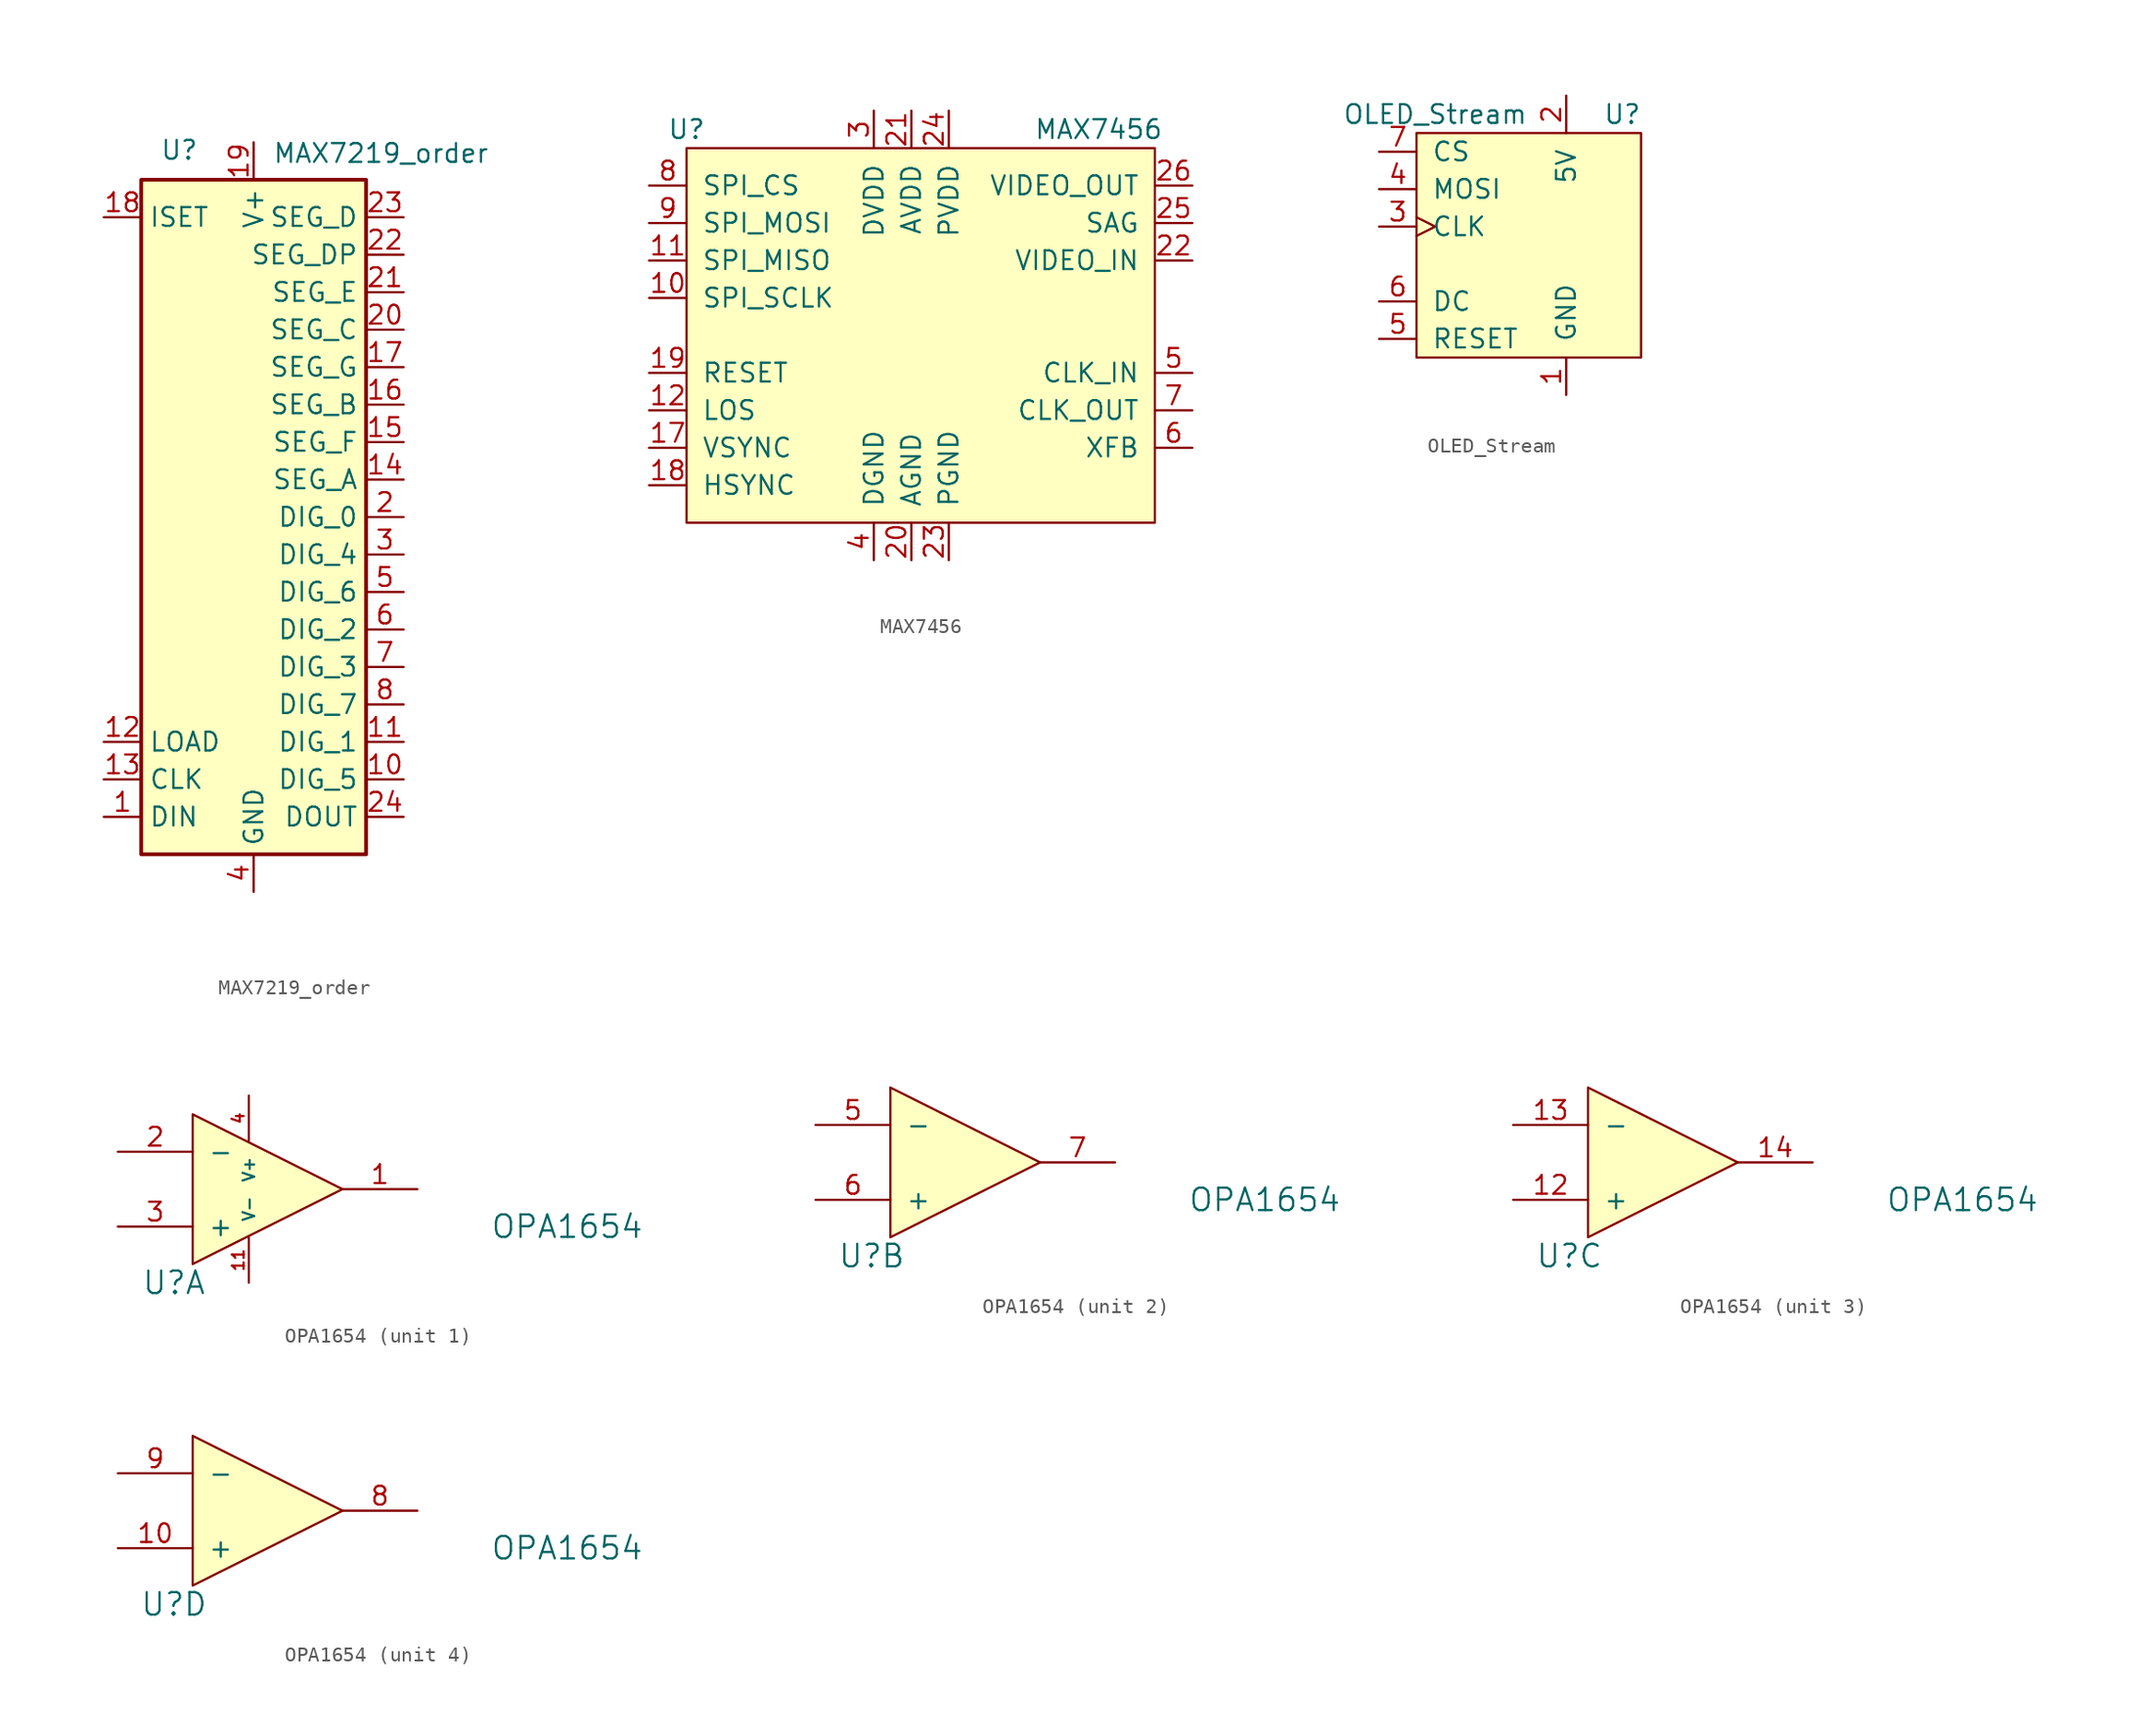
<source format=kicad_sym>
(kicad_symbol_lib
  (version 20211014)
  (generator kicad_symbol_editor)
  (symbol "MAX7219_order"
    (property "Reference" "U"
      (at -6.35 24.13 0)
      (effects (font (size 1.27 1.27)) (justify left bottom)))
    (property "Value" "MAX7219_order"
      (at 1.27 25.4 0)
      (effects (font (size 1.27 1.27)) (justify left top)))
    (symbol "MAX7219_order_0_1"
      (rectangle (start -7.62 22.86) (end 7.62 -22.86) (stroke (width 0.254) (type default) (color 0 0 0 0)) (fill (type background))))
    (symbol "MAX7219_order_1_1"
      (pin input line (at -10.16 -20.32 0) (length 2.54) (name "DIN" (effects (font (size 1.27 1.27)))) (number "1" (effects (font (size 1.27 1.27)))))
      (pin output line (at 10.16 -17.78 180) (length 2.54) (name "DIG_5" (effects (font (size 1.27 1.27)))) (number "10" (effects (font (size 1.27 1.27)))))
      (pin output line (at 10.16 -15.24 180) (length 2.54) (name "DIG_1" (effects (font (size 1.27 1.27)))) (number "11" (effects (font (size 1.27 1.27)))))
      (pin input line (at -10.16 -15.24 0) (length 2.54) (name "LOAD" (effects (font (size 1.27 1.27)))) (number "12" (effects (font (size 1.27 1.27)))))
      (pin input line (at -10.16 -17.78 0) (length 2.54) (name "CLK" (effects (font (size 1.27 1.27)))) (number "13" (effects (font (size 1.27 1.27)))))
      (pin output line (at 10.16 2.54 180) (length 2.54) (name "SEG_A" (effects (font (size 1.27 1.27)))) (number "14" (effects (font (size 1.27 1.27)))))
      (pin output line (at 10.16 5.08 180) (length 2.54) (name "SEG_F" (effects (font (size 1.27 1.27)))) (number "15" (effects (font (size 1.27 1.27)))))
      (pin output line (at 10.16 7.62 180) (length 2.54) (name "SEG_B" (effects (font (size 1.27 1.27)))) (number "16" (effects (font (size 1.27 1.27)))))
      (pin output line (at 10.16 10.16 180) (length 2.54) (name "SEG_G" (effects (font (size 1.27 1.27)))) (number "17" (effects (font (size 1.27 1.27)))))
      (pin input line (at -10.16 20.32 0) (length 2.54) (name "ISET" (effects (font (size 1.27 1.27)))) (number "18" (effects (font (size 1.27 1.27)))))
      (pin power_in line (at 0 25.4 270) (length 2.54) (name "V+" (effects (font (size 1.27 1.27)))) (number "19" (effects (font (size 1.27 1.27)))))
      (pin output line (at 10.16 0 180) (length 2.54) (name "DIG_0" (effects (font (size 1.27 1.27)))) (number "2" (effects (font (size 1.27 1.27)))))
      (pin output line (at 10.16 12.7 180) (length 2.54) (name "SEG_C" (effects (font (size 1.27 1.27)))) (number "20" (effects (font (size 1.27 1.27)))))
      (pin output line (at 10.16 15.24 180) (length 2.54) (name "SEG_E" (effects (font (size 1.27 1.27)))) (number "21" (effects (font (size 1.27 1.27)))))
      (pin output line (at 10.16 17.78 180) (length 2.54) (name "SEG_DP" (effects (font (size 1.27 1.27)))) (number "22" (effects (font (size 1.27 1.27)))))
      (pin output line (at 10.16 20.32 180) (length 2.54) (name "SEG_D" (effects (font (size 1.27 1.27)))) (number "23" (effects (font (size 1.27 1.27)))))
      (pin output line (at 10.16 -20.32 180) (length 2.54) (name "DOUT" (effects (font (size 1.27 1.27)))) (number "24" (effects (font (size 1.27 1.27)))))
      (pin output line (at 10.16 -2.54 180) (length 2.54) (name "DIG_4" (effects (font (size 1.27 1.27)))) (number "3" (effects (font (size 1.27 1.27)))))
      (pin power_in line (at 0 -25.4 90) (length 2.54) (name "GND" (effects (font (size 1.27 1.27)))) (number "4" (effects (font (size 1.27 1.27)))))
      (pin output line (at 10.16 -5.08 180) (length 2.54) (name "DIG_6" (effects (font (size 1.27 1.27)))) (number "5" (effects (font (size 1.27 1.27)))))
      (pin output line (at 10.16 -7.62 180) (length 2.54) (name "DIG_2" (effects (font (size 1.27 1.27)))) (number "6" (effects (font (size 1.27 1.27)))))
      (pin output line (at 10.16 -10.16 180) (length 2.54) (name "DIG_3" (effects (font (size 1.27 1.27)))) (number "7" (effects (font (size 1.27 1.27)))))
      (pin output line (at 10.16 -12.7 180) (length 2.54) (name "DIG_7" (effects (font (size 1.27 1.27)))) (number "8" (effects (font (size 1.27 1.27)))))
      (pin passive line (at 0 -25.4 90) (length 2.54) hide (name "GND" (effects (font (size 1.27 1.27)))) (number "9" (effects (font (size 1.27 1.27)))))))
  (symbol "MAX7456"
    (pin_names
      (offset 1.016))
    (property "Reference" "U"
      (at -15.24 12.7 0)
      (effects (font (size 1.27 1.27))))
    (property "Value" "MAX7456"
      (at 12.7 12.7 0)
      (effects (font (size 1.27 1.27))))
    (symbol "MAX7456_0_1"
      (rectangle (start -15.24 11.43) (end 16.51 -13.97) (stroke (width 0) (type default) (color 0 0 0 0)) (fill (type background))))
    (symbol "MAX7456_1_1"
      (pin input line (at 15.24 -11.43 180) (length 2.54) hide (name "NC" (effects (font (size 1.27 1.27)))) (number "1" (effects (font (size 1.27 1.27)))))
      (pin input line (at -17.78 1.27 0) (length 2.54) (name "SPI_SCLK" (effects (font (size 1.27 1.27)))) (number "10" (effects (font (size 1.27 1.27)))))
      (pin input line (at -17.78 3.81 0) (length 2.54) (name "SPI_MISO" (effects (font (size 1.27 1.27)))) (number "11" (effects (font (size 1.27 1.27)))))
      (pin input line (at -17.78 -6.35 0) (length 2.54) (name "LOS" (effects (font (size 1.27 1.27)))) (number "12" (effects (font (size 1.27 1.27)))))
      (pin input line (at 15.24 -11.43 180) (length 2.54) hide (name "NC" (effects (font (size 1.27 1.27)))) (number "13" (effects (font (size 1.27 1.27)))))
      (pin input line (at 15.24 -11.43 180) (length 2.54) hide (name "NC" (effects (font (size 1.27 1.27)))) (number "14" (effects (font (size 1.27 1.27)))))
      (pin input line (at 15.24 -11.43 180) (length 2.54) hide (name "NC" (effects (font (size 1.27 1.27)))) (number "15" (effects (font (size 1.27 1.27)))))
      (pin input line (at 15.24 -11.43 180) (length 2.54) hide (name "NC" (effects (font (size 1.27 1.27)))) (number "16" (effects (font (size 1.27 1.27)))))
      (pin input line (at -17.78 -8.89 0) (length 2.54) (name "VSYNC" (effects (font (size 1.27 1.27)))) (number "17" (effects (font (size 1.27 1.27)))))
      (pin input line (at -17.78 -11.43 0) (length 2.54) (name "HSYNC" (effects (font (size 1.27 1.27)))) (number "18" (effects (font (size 1.27 1.27)))))
      (pin input line (at -17.78 -3.81 0) (length 2.54) (name "RESET" (effects (font (size 1.27 1.27)))) (number "19" (effects (font (size 1.27 1.27)))))
      (pin input line (at 15.24 -11.43 180) (length 2.54) hide (name "NC" (effects (font (size 1.27 1.27)))) (number "2" (effects (font (size 1.27 1.27)))))
      (pin input line (at 0 -16.51 90) (length 2.54) (name "AGND" (effects (font (size 1.27 1.27)))) (number "20" (effects (font (size 1.27 1.27)))))
      (pin input line (at 0 13.97 270) (length 2.54) (name "AVDD" (effects (font (size 1.27 1.27)))) (number "21" (effects (font (size 1.27 1.27)))))
      (pin input line (at 19.05 3.81 180) (length 2.54) (name "VIDEO_IN" (effects (font (size 1.27 1.27)))) (number "22" (effects (font (size 1.27 1.27)))))
      (pin input line (at 2.54 -16.51 90) (length 2.54) (name "PGND" (effects (font (size 1.27 1.27)))) (number "23" (effects (font (size 1.27 1.27)))))
      (pin input line (at 2.54 13.97 270) (length 2.54) (name "PVDD" (effects (font (size 1.27 1.27)))) (number "24" (effects (font (size 1.27 1.27)))))
      (pin input line (at 19.05 6.35 180) (length 2.54) (name "SAG" (effects (font (size 1.27 1.27)))) (number "25" (effects (font (size 1.27 1.27)))))
      (pin input line (at 19.05 8.89 180) (length 2.54) (name "VIDEO_OUT" (effects (font (size 1.27 1.27)))) (number "26" (effects (font (size 1.27 1.27)))))
      (pin input line (at 15.24 -11.43 180) (length 2.54) hide (name "NC" (effects (font (size 1.27 1.27)))) (number "27" (effects (font (size 1.27 1.27)))))
      (pin input line (at 15.24 -11.43 180) (length 2.54) hide (name "NC" (effects (font (size 1.27 1.27)))) (number "28" (effects (font (size 1.27 1.27)))))
      (pin input line (at -2.54 13.97 270) (length 2.54) (name "DVDD" (effects (font (size 1.27 1.27)))) (number "3" (effects (font (size 1.27 1.27)))))
      (pin input line (at -2.54 -16.51 90) (length 2.54) (name "DGND" (effects (font (size 1.27 1.27)))) (number "4" (effects (font (size 1.27 1.27)))))
      (pin input line (at 19.05 -3.81 180) (length 2.54) (name "CLK_IN" (effects (font (size 1.27 1.27)))) (number "5" (effects (font (size 1.27 1.27)))))
      (pin input line (at 19.05 -8.89 180) (length 2.54) (name "XFB" (effects (font (size 1.27 1.27)))) (number "6" (effects (font (size 1.27 1.27)))))
      (pin input line (at 19.05 -6.35 180) (length 2.54) (name "CLK_OUT" (effects (font (size 1.27 1.27)))) (number "7" (effects (font (size 1.27 1.27)))))
      (pin input line (at -17.78 8.89 0) (length 2.54) (name "SPI_CS" (effects (font (size 1.27 1.27)))) (number "8" (effects (font (size 1.27 1.27)))))
      (pin input line (at -17.78 6.35 0) (length 2.54) (name "SPI_MOSI" (effects (font (size 1.27 1.27)))) (number "9" (effects (font (size 1.27 1.27)))))))
  (symbol "OLED_Stream"
    (pin_names
      (offset 1.016))
    (property "Reference" "U"
      (at 6.35 8.89 0)
      (effects (font (size 1.27 1.27))))
    (property "Value" "OLED_Stream"
      (at -6.35 8.89 0)
      (effects (font (size 1.27 1.27))))
    (symbol "OLED_Stream_0_1"
      (rectangle (start -7.62 7.62) (end 7.62 -7.62) (stroke (width 0) (type default) (color 0 0 0 0)) (fill (type background))))
    (symbol "OLED_Stream_1_1"
      (pin power_in line (at 2.54 -10.16 90) (length 2.54) (name "GND" (effects (font (size 1.27 1.27)))) (number "1" (effects (font (size 1.27 1.27)))))
      (pin power_in line (at 2.54 10.16 270) (length 2.54) (name "5V" (effects (font (size 1.27 1.27)))) (number "2" (effects (font (size 1.27 1.27)))))
      (pin bidirectional clock (at -10.16 1.27 0) (length 2.54) (name "CLK" (effects (font (size 1.27 1.27)))) (number "3" (effects (font (size 1.27 1.27)))))
      (pin bidirectional line (at -10.16 3.81 0) (length 2.54) (name "MOSI" (effects (font (size 1.27 1.27)))) (number "4" (effects (font (size 1.27 1.27)))))
      (pin input line (at -10.16 -6.35 0) (length 2.54) (name "RESET" (effects (font (size 1.27 1.27)))) (number "5" (effects (font (size 1.27 1.27)))))
      (pin input line (at -10.16 -3.81 0) (length 2.54) (name "DC" (effects (font (size 1.27 1.27)))) (number "6" (effects (font (size 1.27 1.27)))))
      (pin input line (at -10.16 6.35 0) (length 2.54) (name "CS" (effects (font (size 1.27 1.27)))) (number "7" (effects (font (size 1.27 1.27)))))))
  (symbol "OPA1654"
    (pin_names
      (offset 1.016))
    (property "Reference" "U"
      (at -2.54 1.27 0)
      (effects (font (size 1.524 1.524))))
    (property "Value" "OPA1654"
      (at 24.13 5.08 0)
      (effects (font (size 1.524 1.524))))
    (symbol "OPA1654_0_1"
      (polyline (pts (xy -1.27 12.7) (xy -1.27 2.54) (xy 8.89 7.62) (xy -1.27 12.7)) (stroke (width 0) (type default) (color 0 0 0 0)) (fill (type background))))
    (symbol "OPA1654_1_1"
      (pin input line (at 13.97 7.62 180) (length 5.08) (name "~" (effects (font (size 1.27 1.27)))) (number "1" (effects (font (size 1.27 1.27)))))
      (pin input line (at 2.54 1.27 90) (length 3.073) (name "V-" (effects (font (size 0.787 0.787)))) (number "11" (effects (font (size 0.787 0.787)))))
      (pin input line (at -6.35 10.16 0) (length 5.08) (name "-" (effects (font (size 1.27 1.27)))) (number "2" (effects (font (size 1.27 1.27)))))
      (pin input line (at -6.35 5.08 0) (length 5.08) (name "+" (effects (font (size 1.27 1.27)))) (number "3" (effects (font (size 1.27 1.27)))))
      (pin input line (at 2.54 13.97 270) (length 3.073) (name "V+" (effects (font (size 0.787 0.787)))) (number "4" (effects (font (size 0.787 0.787))))))
    (symbol "OPA1654_2_1"
      (pin input line (at -6.35 10.16 0) (length 5.08) (name "-" (effects (font (size 1.27 1.27)))) (number "5" (effects (font (size 1.27 1.27)))))
      (pin input line (at -6.35 5.08 0) (length 5.08) (name "+" (effects (font (size 1.27 1.27)))) (number "6" (effects (font (size 1.27 1.27)))))
      (pin input line (at 13.97 7.62 180) (length 5.08) (name "~" (effects (font (size 1.27 1.27)))) (number "7" (effects (font (size 1.27 1.27))))))
    (symbol "OPA1654_3_1"
      (pin input line (at -6.35 5.08 0) (length 5.08) (name "+" (effects (font (size 1.27 1.27)))) (number "12" (effects (font (size 1.27 1.27)))))
      (pin input line (at -6.35 10.16 0) (length 5.08) (name "-" (effects (font (size 1.27 1.27)))) (number "13" (effects (font (size 1.27 1.27)))))
      (pin input line (at 13.97 7.62 180) (length 5.08) (name "~" (effects (font (size 1.27 1.27)))) (number "14" (effects (font (size 1.27 1.27))))))
    (symbol "OPA1654_4_1"
      (pin input line (at -6.35 5.08 0) (length 5.08) (name "+" (effects (font (size 1.27 1.27)))) (number "10" (effects (font (size 1.27 1.27)))))
      (pin input line (at 13.97 7.62 180) (length 5.08) (name "~" (effects (font (size 1.27 1.27)))) (number "8" (effects (font (size 1.27 1.27)))))
      (pin input line (at -6.35 10.16 0) (length 5.08) (name "-" (effects (font (size 1.27 1.27)))) (number "9" (effects (font (size 1.27 1.27))))))))
</source>
